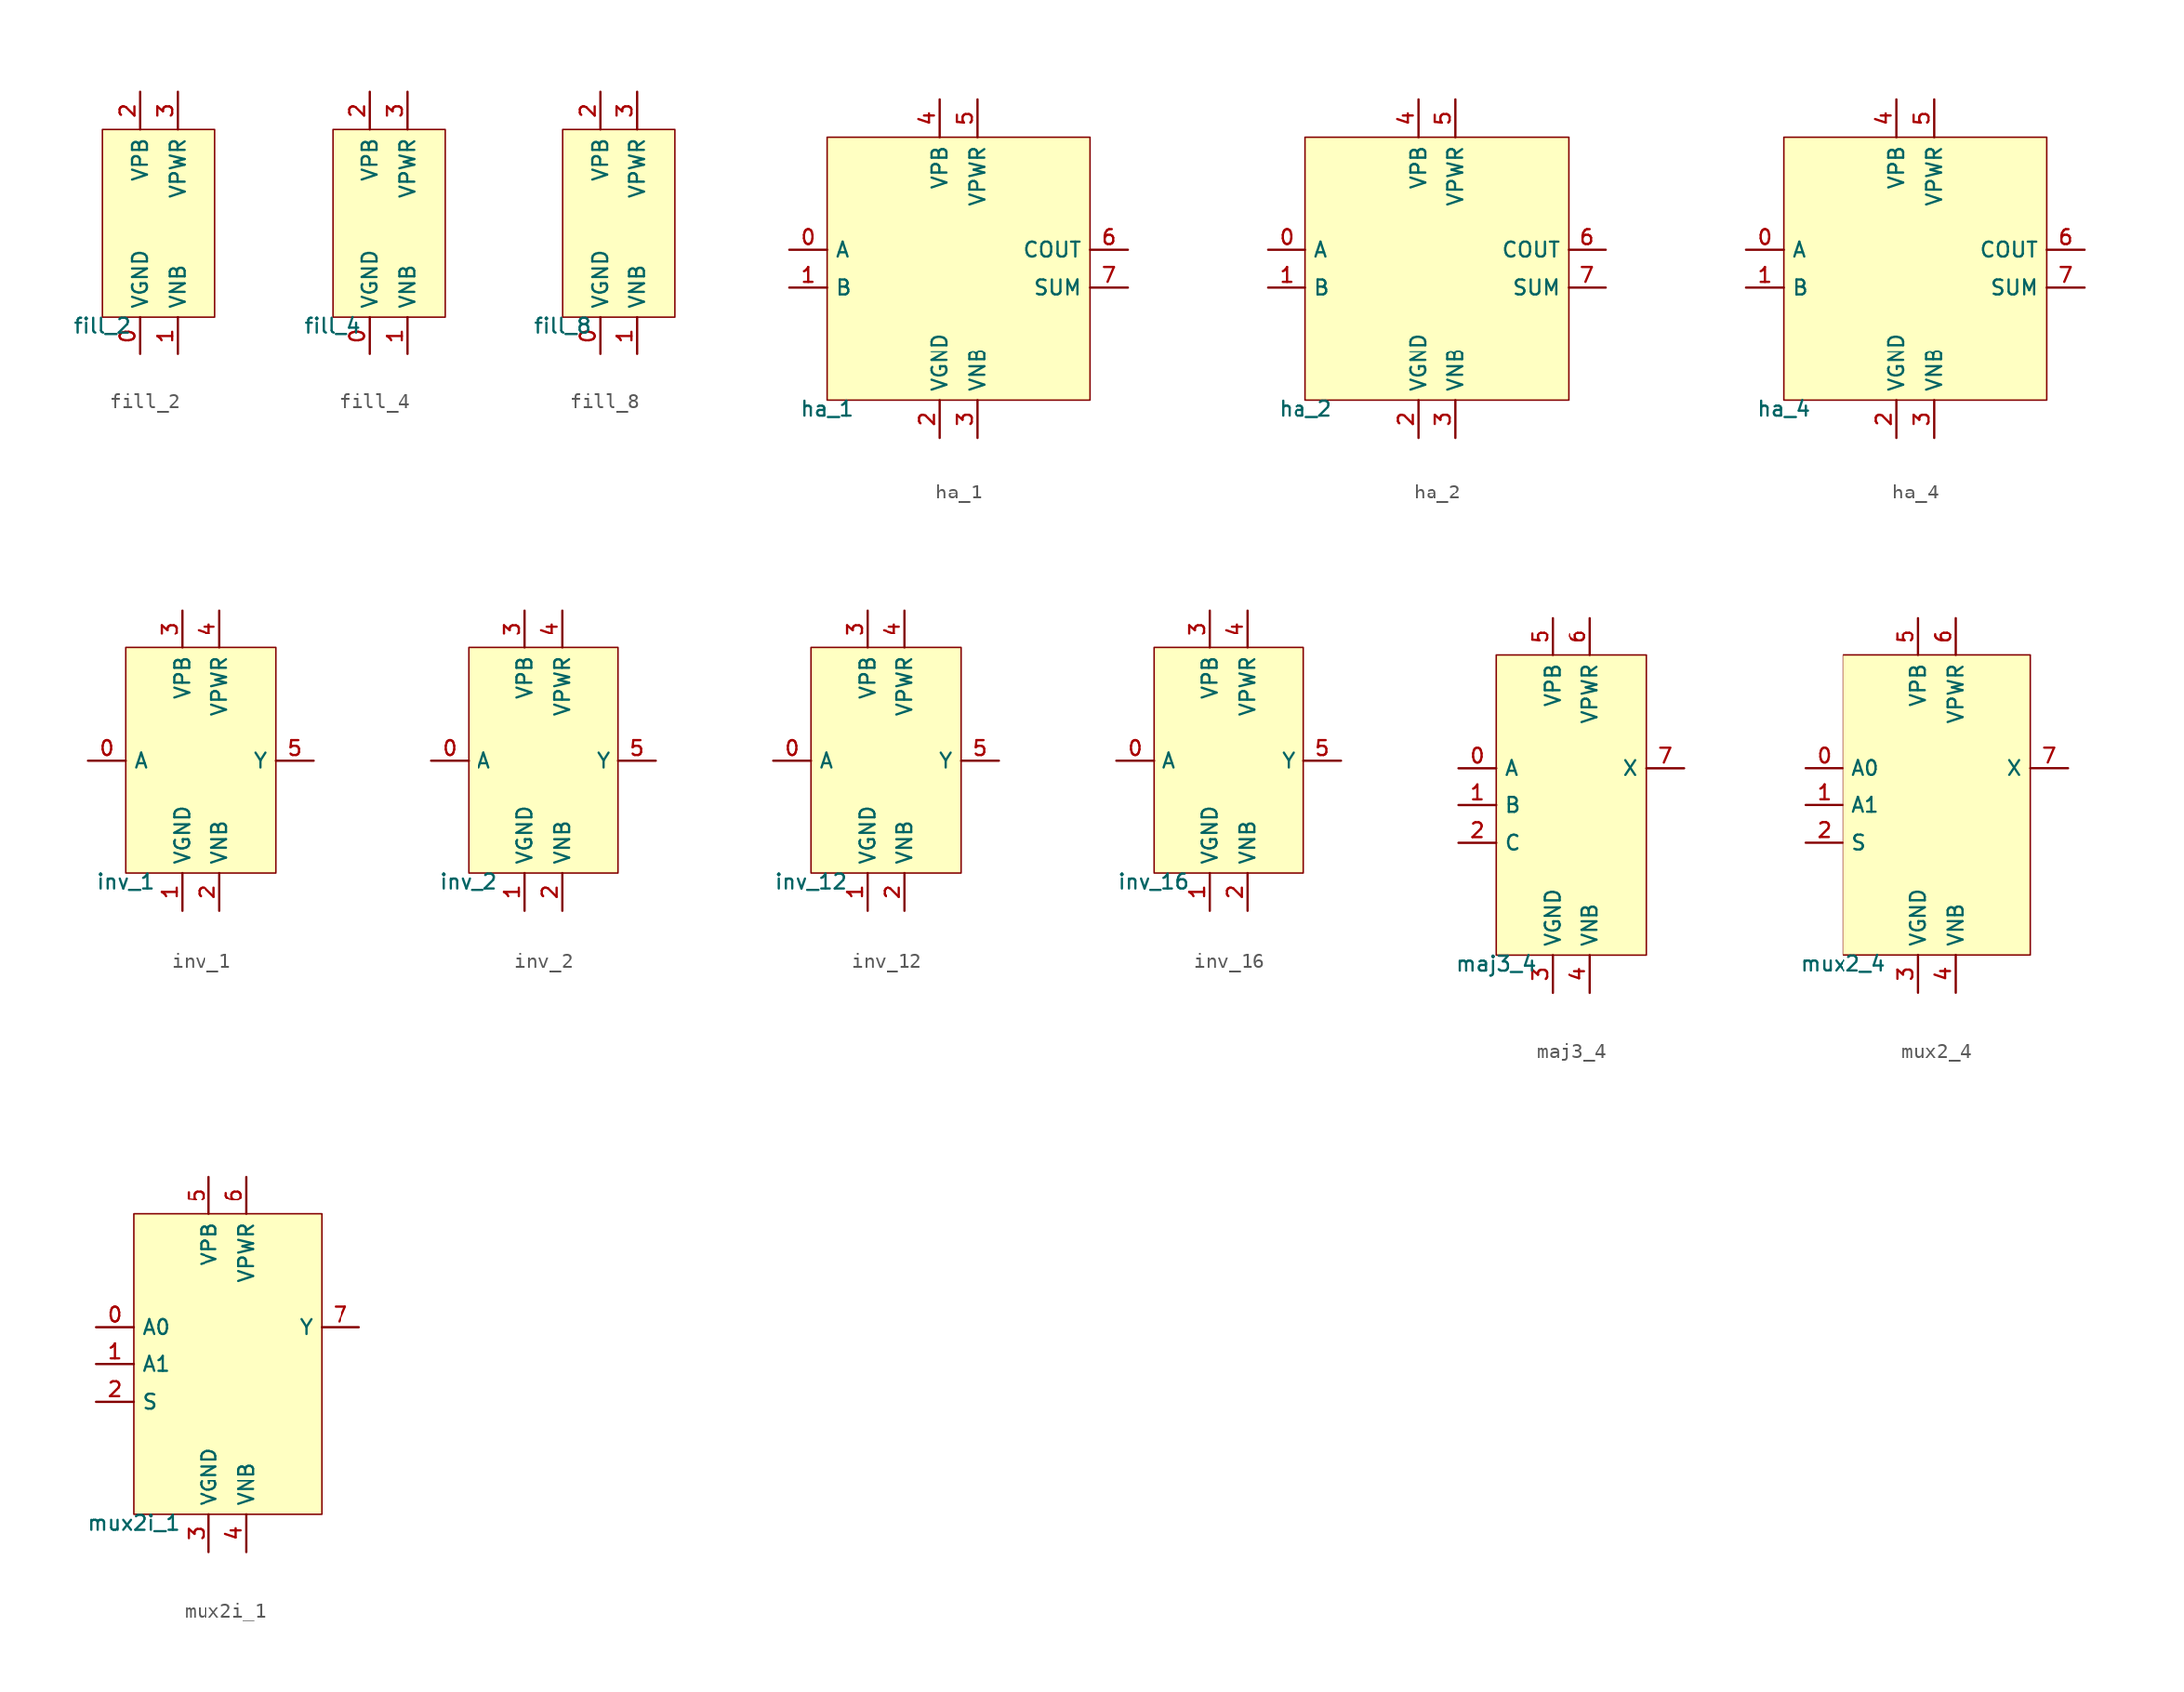
<source format=kicad_sym>
(kicad_symbol_lib
  (version 20211014)
  (generator pdk2kicad)
  (symbol "fill_2"
    (property "Reference" "X"
      (at 0 0 0)
      (effects (font (size 1 1)) hide))
    (property "Value" "fill_2"
      (at -3.81 -6.35 0)
      (effects (font (size 1 1)) (justify top)))
    (rectangle
      (start -3.81 -6.35)
      (end 3.81 6.35)
      (stroke (width 0.1) (type solid) (color 0 0 0 0))
      (fill (type background)))
    (pin power_in line
      (at -1.27 -8.89 90)
      (length 2.54)
      (name "VGND" (effects (font (size 1 1)) hide))
      (number "0" (effects (font (size 1 1)) hide)))
    (pin power_in line
      (at 1.27 -8.89 90)
      (length 2.54)
      (name "VNB" (effects (font (size 1 1)) hide))
      (number "1" (effects (font (size 1 1)) hide)))
    (pin power_in line
      (at -1.27 8.89 270)
      (length 2.54)
      (name "VPB" (effects (font (size 1 1)) hide))
      (number "2" (effects (font (size 1 1)) hide)))
    (pin power_in line
      (at 1.27 8.89 270)
      (length 2.54)
      (name "VPWR" (effects (font (size 1 1)) hide))
      (number "3" (effects (font (size 1 1)) hide))))
  (symbol "fill_4"
    (property "Reference" "X"
      (at 0 0 0)
      (effects (font (size 1 1)) hide))
    (property "Value" "fill_4"
      (at -3.81 -6.35 0)
      (effects (font (size 1 1)) (justify top)))
    (rectangle
      (start -3.81 -6.35)
      (end 3.81 6.35)
      (stroke (width 0.1) (type solid) (color 0 0 0 0))
      (fill (type background)))
    (pin power_in line
      (at -1.27 -8.89 90)
      (length 2.54)
      (name "VGND" (effects (font (size 1 1)) hide))
      (number "0" (effects (font (size 1 1)) hide)))
    (pin power_in line
      (at 1.27 -8.89 90)
      (length 2.54)
      (name "VNB" (effects (font (size 1 1)) hide))
      (number "1" (effects (font (size 1 1)) hide)))
    (pin power_in line
      (at -1.27 8.89 270)
      (length 2.54)
      (name "VPB" (effects (font (size 1 1)) hide))
      (number "2" (effects (font (size 1 1)) hide)))
    (pin power_in line
      (at 1.27 8.89 270)
      (length 2.54)
      (name "VPWR" (effects (font (size 1 1)) hide))
      (number "3" (effects (font (size 1 1)) hide))))
  (symbol "fill_8"
    (property "Reference" "X"
      (at 0 0 0)
      (effects (font (size 1 1)) hide))
    (property "Value" "fill_8"
      (at -3.81 -6.35 0)
      (effects (font (size 1 1)) (justify top)))
    (rectangle
      (start -3.81 -6.35)
      (end 3.81 6.35)
      (stroke (width 0.1) (type solid) (color 0 0 0 0))
      (fill (type background)))
    (pin power_in line
      (at -1.27 -8.89 90)
      (length 2.54)
      (name "VGND" (effects (font (size 1 1)) hide))
      (number "0" (effects (font (size 1 1)) hide)))
    (pin power_in line
      (at 1.27 -8.89 90)
      (length 2.54)
      (name "VNB" (effects (font (size 1 1)) hide))
      (number "1" (effects (font (size 1 1)) hide)))
    (pin power_in line
      (at -1.27 8.89 270)
      (length 2.54)
      (name "VPB" (effects (font (size 1 1)) hide))
      (number "2" (effects (font (size 1 1)) hide)))
    (pin power_in line
      (at 1.27 8.89 270)
      (length 2.54)
      (name "VPWR" (effects (font (size 1 1)) hide))
      (number "3" (effects (font (size 1 1)) hide))))
  (symbol "ha_1"
    (property "Reference" "X"
      (at 0 0 0)
      (effects (font (size 1 1)) hide))
    (property "Value" "ha_1"
      (at -8.89 -8.89 0)
      (effects (font (size 1 1)) (justify top)))
    (rectangle
      (start -8.89 -8.89)
      (end 8.89 8.89)
      (stroke (width 0.1) (type solid) (color 0 0 0 0))
      (fill (type background)))
    (pin input line
      (at -11.43 1.27 0)
      (length 2.54)
      (name "A" (effects (font (size 1 1)) hide))
      (number "0" (effects (font (size 1 1)) hide)))
    (pin input line
      (at -11.43 -1.27 0)
      (length 2.54)
      (name "B" (effects (font (size 1 1)) hide))
      (number "1" (effects (font (size 1 1)) hide)))
    (pin power_in line
      (at -1.27 -11.43 90)
      (length 2.54)
      (name "VGND" (effects (font (size 1 1)) hide))
      (number "2" (effects (font (size 1 1)) hide)))
    (pin power_in line
      (at 1.27 -11.43 90)
      (length 2.54)
      (name "VNB" (effects (font (size 1 1)) hide))
      (number "3" (effects (font (size 1 1)) hide)))
    (pin power_in line
      (at -1.27 11.43 270)
      (length 2.54)
      (name "VPB" (effects (font (size 1 1)) hide))
      (number "4" (effects (font (size 1 1)) hide)))
    (pin power_in line
      (at 1.27 11.43 270)
      (length 2.54)
      (name "VPWR" (effects (font (size 1 1)) hide))
      (number "5" (effects (font (size 1 1)) hide)))
    (pin output line
      (at 11.43 1.27 180)
      (length 2.54)
      (name "COUT" (effects (font (size 1 1)) hide))
      (number "6" (effects (font (size 1 1)) hide)))
    (pin output line
      (at 11.43 -1.27 180)
      (length 2.54)
      (name "SUM" (effects (font (size 1 1)) hide))
      (number "7" (effects (font (size 1 1)) hide))))
  (symbol "ha_2"
    (property "Reference" "X"
      (at 0 0 0)
      (effects (font (size 1 1)) hide))
    (property "Value" "ha_2"
      (at -8.89 -8.89 0)
      (effects (font (size 1 1)) (justify top)))
    (rectangle
      (start -8.89 -8.89)
      (end 8.89 8.89)
      (stroke (width 0.1) (type solid) (color 0 0 0 0))
      (fill (type background)))
    (pin input line
      (at -11.43 1.27 0)
      (length 2.54)
      (name "A" (effects (font (size 1 1)) hide))
      (number "0" (effects (font (size 1 1)) hide)))
    (pin input line
      (at -11.43 -1.27 0)
      (length 2.54)
      (name "B" (effects (font (size 1 1)) hide))
      (number "1" (effects (font (size 1 1)) hide)))
    (pin power_in line
      (at -1.27 -11.43 90)
      (length 2.54)
      (name "VGND" (effects (font (size 1 1)) hide))
      (number "2" (effects (font (size 1 1)) hide)))
    (pin power_in line
      (at 1.27 -11.43 90)
      (length 2.54)
      (name "VNB" (effects (font (size 1 1)) hide))
      (number "3" (effects (font (size 1 1)) hide)))
    (pin power_in line
      (at -1.27 11.43 270)
      (length 2.54)
      (name "VPB" (effects (font (size 1 1)) hide))
      (number "4" (effects (font (size 1 1)) hide)))
    (pin power_in line
      (at 1.27 11.43 270)
      (length 2.54)
      (name "VPWR" (effects (font (size 1 1)) hide))
      (number "5" (effects (font (size 1 1)) hide)))
    (pin output line
      (at 11.43 1.27 180)
      (length 2.54)
      (name "COUT" (effects (font (size 1 1)) hide))
      (number "6" (effects (font (size 1 1)) hide)))
    (pin output line
      (at 11.43 -1.27 180)
      (length 2.54)
      (name "SUM" (effects (font (size 1 1)) hide))
      (number "7" (effects (font (size 1 1)) hide))))
  (symbol "ha_4"
    (property "Reference" "X"
      (at 0 0 0)
      (effects (font (size 1 1)) hide))
    (property "Value" "ha_4"
      (at -8.89 -8.89 0)
      (effects (font (size 1 1)) (justify top)))
    (rectangle
      (start -8.89 -8.89)
      (end 8.89 8.89)
      (stroke (width 0.1) (type solid) (color 0 0 0 0))
      (fill (type background)))
    (pin input line
      (at -11.43 1.27 0)
      (length 2.54)
      (name "A" (effects (font (size 1 1)) hide))
      (number "0" (effects (font (size 1 1)) hide)))
    (pin input line
      (at -11.43 -1.27 0)
      (length 2.54)
      (name "B" (effects (font (size 1 1)) hide))
      (number "1" (effects (font (size 1 1)) hide)))
    (pin power_in line
      (at -1.27 -11.43 90)
      (length 2.54)
      (name "VGND" (effects (font (size 1 1)) hide))
      (number "2" (effects (font (size 1 1)) hide)))
    (pin power_in line
      (at 1.27 -11.43 90)
      (length 2.54)
      (name "VNB" (effects (font (size 1 1)) hide))
      (number "3" (effects (font (size 1 1)) hide)))
    (pin power_in line
      (at -1.27 11.43 270)
      (length 2.54)
      (name "VPB" (effects (font (size 1 1)) hide))
      (number "4" (effects (font (size 1 1)) hide)))
    (pin power_in line
      (at 1.27 11.43 270)
      (length 2.54)
      (name "VPWR" (effects (font (size 1 1)) hide))
      (number "5" (effects (font (size 1 1)) hide)))
    (pin output line
      (at 11.43 1.27 180)
      (length 2.54)
      (name "COUT" (effects (font (size 1 1)) hide))
      (number "6" (effects (font (size 1 1)) hide)))
    (pin output line
      (at 11.43 -1.27 180)
      (length 2.54)
      (name "SUM" (effects (font (size 1 1)) hide))
      (number "7" (effects (font (size 1 1)) hide))))
  (symbol "inv_1"
    (property "Reference" "X"
      (at 0 0 0)
      (effects (font (size 1 1)) hide))
    (property "Value" "inv_1"
      (at -5.08 -7.62 0)
      (effects (font (size 1 1)) (justify top)))
    (rectangle
      (start -5.08 -7.62)
      (end 5.08 7.62)
      (stroke (width 0.1) (type solid) (color 0 0 0 0))
      (fill (type background)))
    (pin input line
      (at -7.62 0.0 0)
      (length 2.54)
      (name "A" (effects (font (size 1 1)) hide))
      (number "0" (effects (font (size 1 1)) hide)))
    (pin power_in line
      (at -1.27 -10.16 90)
      (length 2.54)
      (name "VGND" (effects (font (size 1 1)) hide))
      (number "1" (effects (font (size 1 1)) hide)))
    (pin power_in line
      (at 1.27 -10.16 90)
      (length 2.54)
      (name "VNB" (effects (font (size 1 1)) hide))
      (number "2" (effects (font (size 1 1)) hide)))
    (pin power_in line
      (at -1.27 10.16 270)
      (length 2.54)
      (name "VPB" (effects (font (size 1 1)) hide))
      (number "3" (effects (font (size 1 1)) hide)))
    (pin power_in line
      (at 1.27 10.16 270)
      (length 2.54)
      (name "VPWR" (effects (font (size 1 1)) hide))
      (number "4" (effects (font (size 1 1)) hide)))
    (pin output line
      (at 7.62 0.0 180)
      (length 2.54)
      (name "Y" (effects (font (size 1 1)) hide))
      (number "5" (effects (font (size 1 1)) hide))))
  (symbol "inv_2"
    (property "Reference" "X"
      (at 0 0 0)
      (effects (font (size 1 1)) hide))
    (property "Value" "inv_2"
      (at -5.08 -7.62 0)
      (effects (font (size 1 1)) (justify top)))
    (rectangle
      (start -5.08 -7.62)
      (end 5.08 7.62)
      (stroke (width 0.1) (type solid) (color 0 0 0 0))
      (fill (type background)))
    (pin input line
      (at -7.62 0.0 0)
      (length 2.54)
      (name "A" (effects (font (size 1 1)) hide))
      (number "0" (effects (font (size 1 1)) hide)))
    (pin power_in line
      (at -1.27 -10.16 90)
      (length 2.54)
      (name "VGND" (effects (font (size 1 1)) hide))
      (number "1" (effects (font (size 1 1)) hide)))
    (pin power_in line
      (at 1.27 -10.16 90)
      (length 2.54)
      (name "VNB" (effects (font (size 1 1)) hide))
      (number "2" (effects (font (size 1 1)) hide)))
    (pin power_in line
      (at -1.27 10.16 270)
      (length 2.54)
      (name "VPB" (effects (font (size 1 1)) hide))
      (number "3" (effects (font (size 1 1)) hide)))
    (pin power_in line
      (at 1.27 10.16 270)
      (length 2.54)
      (name "VPWR" (effects (font (size 1 1)) hide))
      (number "4" (effects (font (size 1 1)) hide)))
    (pin output line
      (at 7.62 0.0 180)
      (length 2.54)
      (name "Y" (effects (font (size 1 1)) hide))
      (number "5" (effects (font (size 1 1)) hide))))
  (symbol "inv_12"
    (property "Reference" "X"
      (at 0 0 0)
      (effects (font (size 1 1)) hide))
    (property "Value" "inv_12"
      (at -5.08 -7.62 0)
      (effects (font (size 1 1)) (justify top)))
    (rectangle
      (start -5.08 -7.62)
      (end 5.08 7.62)
      (stroke (width 0.1) (type solid) (color 0 0 0 0))
      (fill (type background)))
    (pin input line
      (at -7.62 0.0 0)
      (length 2.54)
      (name "A" (effects (font (size 1 1)) hide))
      (number "0" (effects (font (size 1 1)) hide)))
    (pin power_in line
      (at -1.27 -10.16 90)
      (length 2.54)
      (name "VGND" (effects (font (size 1 1)) hide))
      (number "1" (effects (font (size 1 1)) hide)))
    (pin power_in line
      (at 1.27 -10.16 90)
      (length 2.54)
      (name "VNB" (effects (font (size 1 1)) hide))
      (number "2" (effects (font (size 1 1)) hide)))
    (pin power_in line
      (at -1.27 10.16 270)
      (length 2.54)
      (name "VPB" (effects (font (size 1 1)) hide))
      (number "3" (effects (font (size 1 1)) hide)))
    (pin power_in line
      (at 1.27 10.16 270)
      (length 2.54)
      (name "VPWR" (effects (font (size 1 1)) hide))
      (number "4" (effects (font (size 1 1)) hide)))
    (pin output line
      (at 7.62 0.0 180)
      (length 2.54)
      (name "Y" (effects (font (size 1 1)) hide))
      (number "5" (effects (font (size 1 1)) hide))))
  (symbol "inv_16"
    (property "Reference" "X"
      (at 0 0 0)
      (effects (font (size 1 1)) hide))
    (property "Value" "inv_16"
      (at -5.08 -7.62 0)
      (effects (font (size 1 1)) (justify top)))
    (rectangle
      (start -5.08 -7.62)
      (end 5.08 7.62)
      (stroke (width 0.1) (type solid) (color 0 0 0 0))
      (fill (type background)))
    (pin input line
      (at -7.62 0.0 0)
      (length 2.54)
      (name "A" (effects (font (size 1 1)) hide))
      (number "0" (effects (font (size 1 1)) hide)))
    (pin power_in line
      (at -1.27 -10.16 90)
      (length 2.54)
      (name "VGND" (effects (font (size 1 1)) hide))
      (number "1" (effects (font (size 1 1)) hide)))
    (pin power_in line
      (at 1.27 -10.16 90)
      (length 2.54)
      (name "VNB" (effects (font (size 1 1)) hide))
      (number "2" (effects (font (size 1 1)) hide)))
    (pin power_in line
      (at -1.27 10.16 270)
      (length 2.54)
      (name "VPB" (effects (font (size 1 1)) hide))
      (number "3" (effects (font (size 1 1)) hide)))
    (pin power_in line
      (at 1.27 10.16 270)
      (length 2.54)
      (name "VPWR" (effects (font (size 1 1)) hide))
      (number "4" (effects (font (size 1 1)) hide)))
    (pin output line
      (at 7.62 0.0 180)
      (length 2.54)
      (name "Y" (effects (font (size 1 1)) hide))
      (number "5" (effects (font (size 1 1)) hide))))
  (symbol "maj3_4"
    (property "Reference" "X"
      (at 0 0 0)
      (effects (font (size 1 1)) hide))
    (property "Value" "maj3_4"
      (at -5.08 -10.16 0)
      (effects (font (size 1 1)) (justify top)))
    (rectangle
      (start -5.08 -10.16)
      (end 5.08 10.16)
      (stroke (width 0.1) (type solid) (color 0 0 0 0))
      (fill (type background)))
    (pin input line
      (at -7.62 2.54 0)
      (length 2.54)
      (name "A" (effects (font (size 1 1)) hide))
      (number "0" (effects (font (size 1 1)) hide)))
    (pin input line
      (at -7.62 0.0 0)
      (length 2.54)
      (name "B" (effects (font (size 1 1)) hide))
      (number "1" (effects (font (size 1 1)) hide)))
    (pin input line
      (at -7.62 -2.54 0)
      (length 2.54)
      (name "C" (effects (font (size 1 1)) hide))
      (number "2" (effects (font (size 1 1)) hide)))
    (pin power_in line
      (at -1.27 -12.7 90)
      (length 2.54)
      (name "VGND" (effects (font (size 1 1)) hide))
      (number "3" (effects (font (size 1 1)) hide)))
    (pin power_in line
      (at 1.27 -12.7 90)
      (length 2.54)
      (name "VNB" (effects (font (size 1 1)) hide))
      (number "4" (effects (font (size 1 1)) hide)))
    (pin power_in line
      (at -1.27 12.7 270)
      (length 2.54)
      (name "VPB" (effects (font (size 1 1)) hide))
      (number "5" (effects (font (size 1 1)) hide)))
    (pin power_in line
      (at 1.27 12.7 270)
      (length 2.54)
      (name "VPWR" (effects (font (size 1 1)) hide))
      (number "6" (effects (font (size 1 1)) hide)))
    (pin output line
      (at 7.62 2.54 180)
      (length 2.54)
      (name "X" (effects (font (size 1 1)) hide))
      (number "7" (effects (font (size 1 1)) hide))))
  (symbol "mux2_4"
    (property "Reference" "X"
      (at 0 0 0)
      (effects (font (size 1 1)) hide))
    (property "Value" "mux2_4"
      (at -6.35 -10.16 0)
      (effects (font (size 1 1)) (justify top)))
    (rectangle
      (start -6.35 -10.16)
      (end 6.35 10.16)
      (stroke (width 0.1) (type solid) (color 0 0 0 0))
      (fill (type background)))
    (pin input line
      (at -8.89 2.54 0)
      (length 2.54)
      (name "A0" (effects (font (size 1 1)) hide))
      (number "0" (effects (font (size 1 1)) hide)))
    (pin input line
      (at -8.89 0.0 0)
      (length 2.54)
      (name "A1" (effects (font (size 1 1)) hide))
      (number "1" (effects (font (size 1 1)) hide)))
    (pin input line
      (at -8.89 -2.54 0)
      (length 2.54)
      (name "S" (effects (font (size 1 1)) hide))
      (number "2" (effects (font (size 1 1)) hide)))
    (pin power_in line
      (at -1.27 -12.7 90)
      (length 2.54)
      (name "VGND" (effects (font (size 1 1)) hide))
      (number "3" (effects (font (size 1 1)) hide)))
    (pin power_in line
      (at 1.27 -12.7 90)
      (length 2.54)
      (name "VNB" (effects (font (size 1 1)) hide))
      (number "4" (effects (font (size 1 1)) hide)))
    (pin power_in line
      (at -1.27 12.7 270)
      (length 2.54)
      (name "VPB" (effects (font (size 1 1)) hide))
      (number "5" (effects (font (size 1 1)) hide)))
    (pin power_in line
      (at 1.27 12.7 270)
      (length 2.54)
      (name "VPWR" (effects (font (size 1 1)) hide))
      (number "6" (effects (font (size 1 1)) hide)))
    (pin output line
      (at 8.89 2.54 180)
      (length 2.54)
      (name "X" (effects (font (size 1 1)) hide))
      (number "7" (effects (font (size 1 1)) hide))))
  (symbol "mux2i_1"
    (property "Reference" "X"
      (at 0 0 0)
      (effects (font (size 1 1)) hide))
    (property "Value" "mux2i_1"
      (at -6.35 -10.16 0)
      (effects (font (size 1 1)) (justify top)))
    (rectangle
      (start -6.35 -10.16)
      (end 6.35 10.16)
      (stroke (width 0.1) (type solid) (color 0 0 0 0))
      (fill (type background)))
    (pin input line
      (at -8.89 2.54 0)
      (length 2.54)
      (name "A0" (effects (font (size 1 1)) hide))
      (number "0" (effects (font (size 1 1)) hide)))
    (pin input line
      (at -8.89 0.0 0)
      (length 2.54)
      (name "A1" (effects (font (size 1 1)) hide))
      (number "1" (effects (font (size 1 1)) hide)))
    (pin input line
      (at -8.89 -2.54 0)
      (length 2.54)
      (name "S" (effects (font (size 1 1)) hide))
      (number "2" (effects (font (size 1 1)) hide)))
    (pin power_in line
      (at -1.27 -12.7 90)
      (length 2.54)
      (name "VGND" (effects (font (size 1 1)) hide))
      (number "3" (effects (font (size 1 1)) hide)))
    (pin power_in line
      (at 1.27 -12.7 90)
      (length 2.54)
      (name "VNB" (effects (font (size 1 1)) hide))
      (number "4" (effects (font (size 1 1)) hide)))
    (pin power_in line
      (at -1.27 12.7 270)
      (length 2.54)
      (name "VPB" (effects (font (size 1 1)) hide))
      (number "5" (effects (font (size 1 1)) hide)))
    (pin power_in line
      (at 1.27 12.7 270)
      (length 2.54)
      (name "VPWR" (effects (font (size 1 1)) hide))
      (number "6" (effects (font (size 1 1)) hide)))
    (pin output line
      (at 8.89 2.54 180)
      (length 2.54)
      (name "Y" (effects (font (size 1 1)) hide))
      (number "7" (effects (font (size 1 1)) hide)))))
</source>
